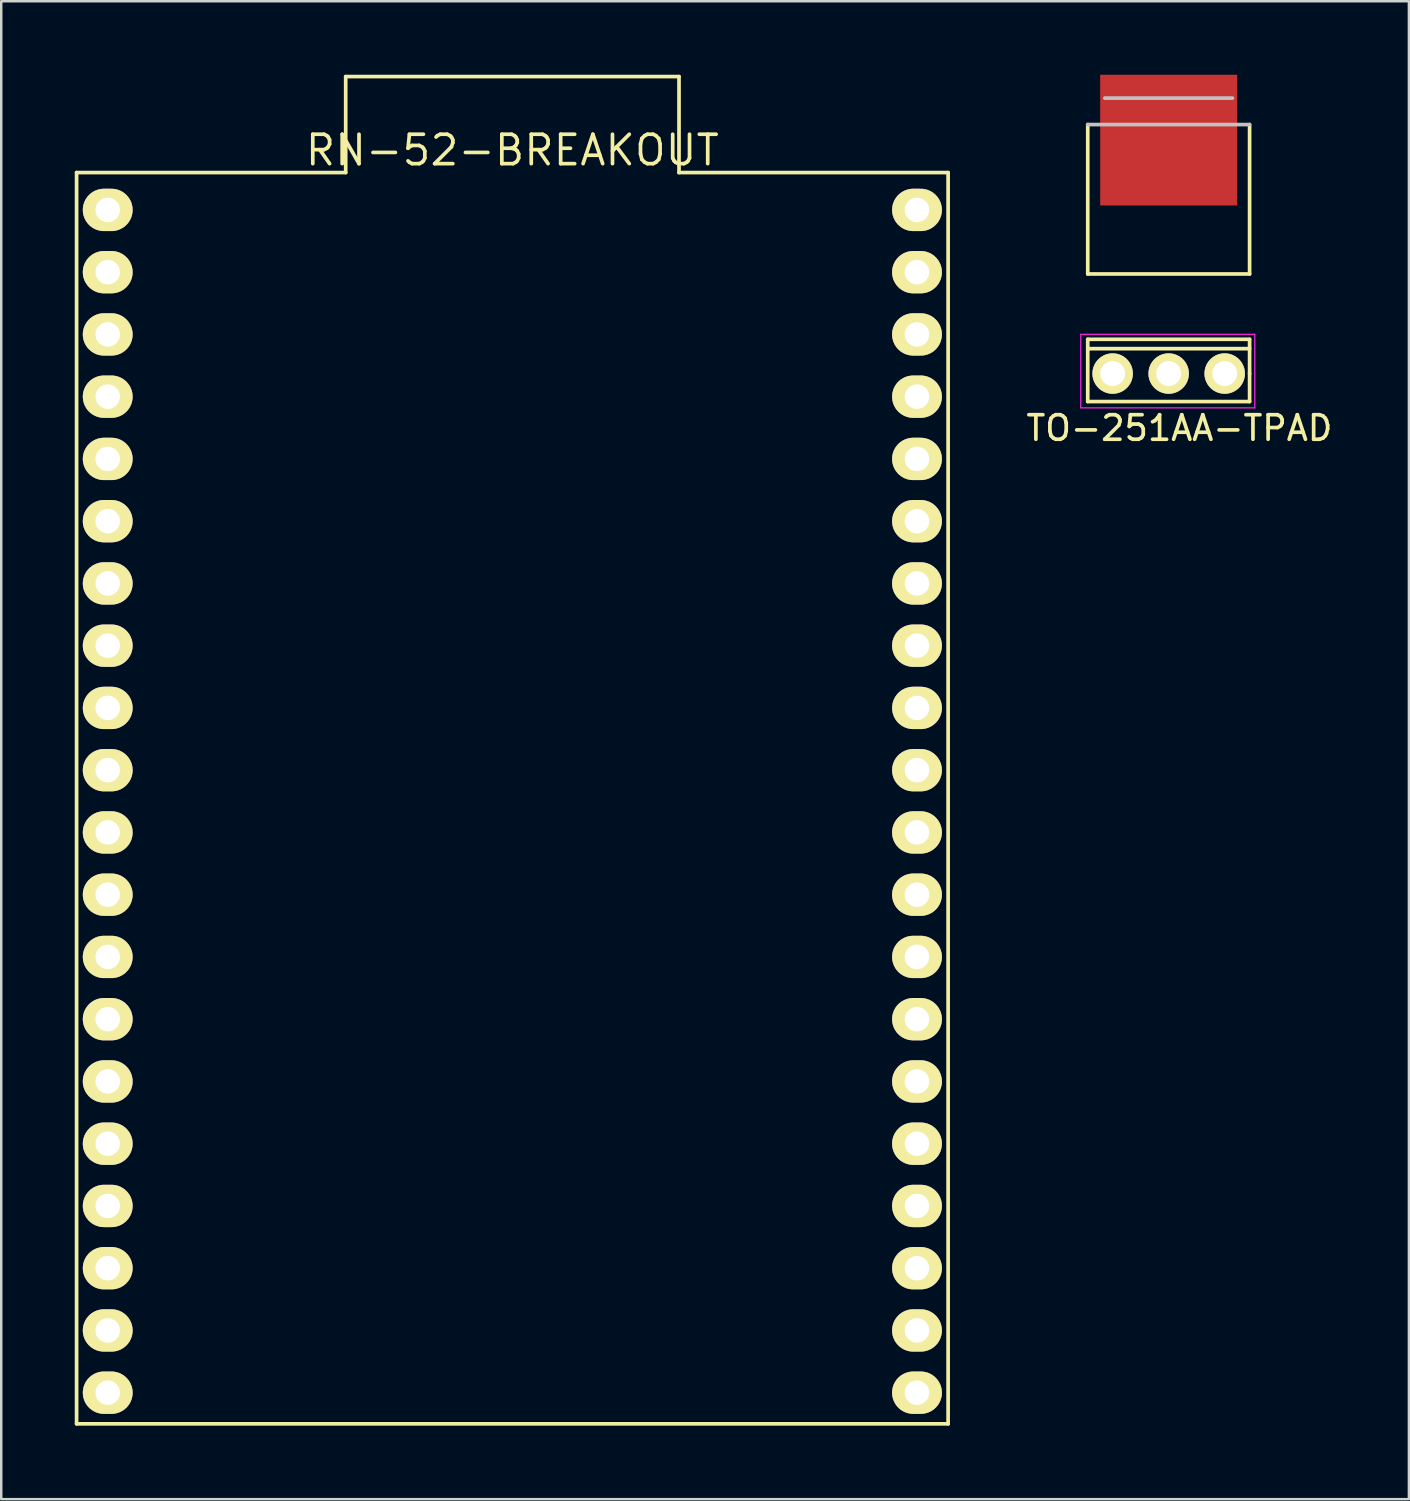
<source format=kicad_pcb>
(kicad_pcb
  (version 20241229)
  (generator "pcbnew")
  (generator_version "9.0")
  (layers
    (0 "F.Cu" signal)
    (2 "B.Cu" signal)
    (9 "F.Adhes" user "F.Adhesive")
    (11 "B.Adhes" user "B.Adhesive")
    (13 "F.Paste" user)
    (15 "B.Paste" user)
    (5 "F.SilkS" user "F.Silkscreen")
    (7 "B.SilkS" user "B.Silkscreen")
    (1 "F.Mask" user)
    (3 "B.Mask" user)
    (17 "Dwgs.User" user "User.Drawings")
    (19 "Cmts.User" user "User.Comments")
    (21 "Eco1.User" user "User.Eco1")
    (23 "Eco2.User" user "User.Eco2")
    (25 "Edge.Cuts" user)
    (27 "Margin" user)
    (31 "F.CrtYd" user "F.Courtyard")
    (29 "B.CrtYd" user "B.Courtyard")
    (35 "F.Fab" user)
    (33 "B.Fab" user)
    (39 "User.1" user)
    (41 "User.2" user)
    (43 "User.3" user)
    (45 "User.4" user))
  (footprint "RN-52-BREAKOUT"
    (layer "F.Cu")
    (at 1.345 53.775)
    (property "Reference" "RN-52-BREAKOUT" (at 16.51 -50.695 0) (layer "F.SilkS") (effects (font (size 1.2 1.2) (thickness 0.15))))
    (attr through_hole)
    (fp_line (start -1.27 -49.784) (end -1.27 1.27) (stroke (width 0.15) (type solid)) (layer "F.SilkS"))
    (fp_line (start -1.27 1.27) (end 34.29 1.27) (stroke (width 0.15) (type solid)) (layer "F.SilkS"))
    (fp_line (start 9.71 -49.784) (end -1.27 -49.784) (stroke (width 0.15) (type solid)) (layer "F.SilkS"))
    (fp_line (start 9.71 -49.784) (end 9.71 -53.7) (stroke (width 0.15) (type solid)) (layer "F.SilkS"))
    (fp_line (start 23.31 -53.7) (end 9.71 -53.7) (stroke (width 0.15) (type solid)) (layer "F.SilkS"))
    (fp_line (start 23.31 -53.7) (end 23.31 -49.784) (stroke (width 0.15) (type solid)) (layer "F.SilkS"))
    (fp_line (start 34.29 -49.784) (end 23.31 -49.784) (stroke (width 0.15) (type solid)) (layer "F.SilkS"))
    (fp_line (start 34.29 1.27) (end 34.29 -49.784) (stroke (width 0.15) (type solid)) (layer "F.SilkS"))
    (pad "1" thru_hole oval (at 0 -48.26 270) (size 1.727 2.032) (drill 1.001) (layers "*.Cu" "*.Mask" "F.SilkS"))
    (pad "2" thru_hole oval (at 0 -45.72 270) (size 1.727 2.032) (drill 1.001) (layers "*.Cu" "*.Mask" "F.SilkS"))
    (pad "3" thru_hole oval (at 0 -43.18 270) (size 1.727 2.032) (drill 1.001) (layers "*.Cu" "*.Mask" "F.SilkS"))
    (pad "4" thru_hole oval (at 0 -40.64 270) (size 1.727 2.032) (drill 1.001) (layers "*.Cu" "*.Mask" "F.SilkS"))
    (pad "5" thru_hole oval (at 0 -38.1 270) (size 1.727 2.032) (drill 1.001) (layers "*.Cu" "*.Mask" "F.SilkS"))
    (pad "6" thru_hole oval (at 0 -35.56 270) (size 1.727 2.032) (drill 1.001) (layers "*.Cu" "*.Mask" "F.SilkS"))
    (pad "7" thru_hole oval (at 0 -33.02 270) (size 1.727 2.032) (drill 1.001) (layers "*.Cu" "*.Mask" "F.SilkS"))
    (pad "8" thru_hole oval (at 0 -30.48 270) (size 1.727 2.032) (drill 1.001) (layers "*.Cu" "*.Mask" "F.SilkS"))
    (pad "9" thru_hole oval (at 0 -27.94 270) (size 1.727 2.032) (drill 1.001) (layers "*.Cu" "*.Mask" "F.SilkS"))
    (pad "10" thru_hole oval (at 0 -25.4 270) (size 1.727 2.032) (drill 1.001) (layers "*.Cu" "*.Mask" "F.SilkS"))
    (pad "11" thru_hole oval (at 0 -22.86 270) (size 1.727 2.032) (drill 1.001) (layers "*.Cu" "*.Mask" "F.SilkS"))
    (pad "12" thru_hole oval (at 0 -20.32 270) (size 1.727 2.032) (drill 1.001) (layers "*.Cu" "*.Mask" "F.SilkS"))
    (pad "13" thru_hole oval (at 0 -17.78 270) (size 1.727 2.032) (drill 1.001) (layers "*.Cu" "*.Mask" "F.SilkS"))
    (pad "14" thru_hole oval (at 0 -15.24 270) (size 1.727 2.032) (drill 1.001) (layers "*.Cu" "*.Mask" "F.SilkS"))
    (pad "15" thru_hole oval (at 0 -12.7 270) (size 1.727 2.032) (drill 1.001) (layers "*.Cu" "*.Mask" "F.SilkS"))
    (pad "16" thru_hole oval (at 0 -10.16 270) (size 1.727 2.032) (drill 1.001) (layers "*.Cu" "*.Mask" "F.SilkS"))
    (pad "17" thru_hole oval (at 0 -7.62 270) (size 1.727 2.032) (drill 1.001) (layers "*.Cu" "*.Mask" "F.SilkS"))
    (pad "18" thru_hole oval (at 0 -5.08 270) (size 1.727 2.032) (drill 1.001) (layers "*.Cu" "*.Mask" "F.SilkS"))
    (pad "19" thru_hole oval (at 0 -2.54 270) (size 1.727 2.032) (drill 1.001) (layers "*.Cu" "*.Mask" "F.SilkS"))
    (pad "20" thru_hole oval (at 0 0 270) (size 1.727 2.032) (drill 1.001) (layers "*.Cu" "*.Mask" "F.SilkS"))
    (pad "21" thru_hole oval (at 33.02 0 270) (size 1.727 2.032) (drill 1.001) (layers "*.Cu" "*.Mask" "F.SilkS"))
    (pad "22" thru_hole oval (at 33.02 -2.54 270) (size 1.727 2.032) (drill 1.001) (layers "*.Cu" "*.Mask" "F.SilkS"))
    (pad "23" thru_hole oval (at 33.02 -5.08 270) (size 1.727 2.032) (drill 1.001) (layers "*.Cu" "*.Mask" "F.SilkS"))
    (pad "24" thru_hole oval (at 33.02 -7.62 270) (size 1.727 2.032) (drill 1.001) (layers "*.Cu" "*.Mask" "F.SilkS"))
    (pad "25" thru_hole oval (at 33.02 -10.16 270) (size 1.727 2.032) (drill 1.001) (layers "*.Cu" "*.Mask" "F.SilkS"))
    (pad "26" thru_hole oval (at 33.02 -12.7 270) (size 1.727 2.032) (drill 1.001) (layers "*.Cu" "*.Mask" "F.SilkS"))
    (pad "27" thru_hole oval (at 33.02 -15.24 270) (size 1.727 2.032) (drill 1.001) (layers "*.Cu" "*.Mask" "F.SilkS"))
    (pad "28" thru_hole oval (at 33.02 -17.78 270) (size 1.727 2.032) (drill 1.001) (layers "*.Cu" "*.Mask" "F.SilkS"))
    (pad "29" thru_hole oval (at 33.02 -20.32 270) (size 1.727 2.032) (drill 1.001) (layers "*.Cu" "*.Mask" "F.SilkS"))
    (pad "30" thru_hole oval (at 33.02 -22.86 270) (size 1.727 2.032) (drill 1.001) (layers "*.Cu" "*.Mask" "F.SilkS"))
    (pad "31" thru_hole oval (at 33.02 -25.4 270) (size 1.727 2.032) (drill 1.001) (layers "*.Cu" "*.Mask" "F.SilkS"))
    (pad "32" thru_hole oval (at 33.02 -27.94 270) (size 1.727 2.032) (drill 1.001) (layers "*.Cu" "*.Mask" "F.SilkS"))
    (pad "33" thru_hole oval (at 33.02 -30.48 270) (size 1.727 2.032) (drill 1.001) (layers "*.Cu" "*.Mask" "F.SilkS"))
    (pad "34" thru_hole oval (at 33.02 -33.02 270) (size 1.727 2.032) (drill 1.001) (layers "*.Cu" "*.Mask" "F.SilkS"))
    (pad "35" thru_hole oval (at 33.02 -35.56 270) (size 1.727 2.032) (drill 1.001) (layers "*.Cu" "*.Mask" "F.SilkS"))
    (pad "36" thru_hole oval (at 33.02 -38.1 270) (size 1.727 2.032) (drill 1.001) (layers "*.Cu" "*.Mask" "F.SilkS"))
    (pad "37" thru_hole oval (at 33.02 -40.64 270) (size 1.727 2.032) (drill 1.001) (layers "*.Cu" "*.Mask" "F.SilkS"))
    (pad "38" thru_hole oval (at 33.02 -43.18 270) (size 1.727 2.032) (drill 1.001) (layers "*.Cu" "*.Mask" "F.SilkS"))
    (pad "39" thru_hole oval (at 33.02 -45.72 270) (size 1.727 2.032) (drill 1.001) (layers "*.Cu" "*.Mask" "F.SilkS"))
    (pad "40" thru_hole oval (at 33.02 -48.26 270) (size 1.727 2.032) (drill 1.001) (layers "*.Cu" "*.Mask" "F.SilkS")))
  (footprint "TO-251AA-TPAD"
    (layer "F.Cu")
    (at 42.348 12.192)
    (property "Reference" "TO-251AA-TPAD" (at 2.725 2.225 180) (layer "F.SilkS") (effects (font (size 1 1) (thickness 0.15))))
    (attr through_hole)
    (fp_line (start -1.016 -10.16) (end -1.016 -4.064) (stroke (width 0.15) (type solid)) (layer "F.SilkS"))
    (fp_line (start -1.016 -4.064) (end 5.588 -4.064) (stroke (width 0.15) (type solid)) (layer "F.SilkS"))
    (fp_line (start -1.016 -1.397) (end -1.016 1.143) (stroke (width 0.15) (type solid)) (layer "F.SilkS"))
    (fp_line (start -1.016 1.143) (end 5.588 1.143) (stroke (width 0.15) (type solid)) (layer "F.SilkS"))
    (fp_line (start 5.588 -4.064) (end 5.588 -10.16) (stroke (width 0.15) (type solid)) (layer "F.SilkS"))
    (fp_line (start 5.588 -1.397) (end -1.016 -1.397) (stroke (width 0.15) (type solid)) (layer "F.SilkS"))
    (fp_line (start 5.588 -1.016) (end -1.016 -1.016) (stroke (width 0.15) (type solid)) (layer "F.SilkS"))
    (fp_line (start 5.588 0) (end 5.588 -1.397) (stroke (width 0.15) (type solid)) (layer "F.SilkS"))
    (fp_line (start 5.588 1.143) (end 5.588 0) (stroke (width 0.15) (type solid)) (layer "F.SilkS"))
    (fp_line (start -1.016 -10.16) (end 5.588 -10.16) (stroke (width 0.15) (type solid)) (layer "Dwgs.User"))
    (fp_line (start -0.318 -11.239) (end 4.889 -11.239) (stroke (width 0.15) (type solid)) (layer "Dwgs.User"))
    (fp_line (start -1.3 -1.6) (end -1.3 1.4) (stroke (width 0.05) (type solid)) (layer "F.CrtYd"))
    (fp_line (start -1.3 -1.6) (end 5.8 -1.6) (stroke (width 0.05) (type solid)) (layer "F.CrtYd"))
    (fp_line (start -1.3 1.4) (end 5.8 1.4) (stroke (width 0.05) (type solid)) (layer "F.CrtYd"))
    (fp_line (start 5.8 -1.6) (end 5.8 1.4) (stroke (width 0.05) (type solid)) (layer "F.CrtYd"))
    (pad "1" thru_hole circle (at 0 0 180) (size 1.651 1.651) (drill 1.016) (layers "*.Cu" "*.Mask" "F.SilkS"))
    (pad "2" thru_hole circle (at 2.286 0 180) (size 1.651 1.651) (drill 1.016) (layers "*.Cu" "*.Mask" "F.SilkS"))
    (pad "3" thru_hole circle (at 4.572 0 180) (size 1.651 1.651) (drill 1.016) (layers "*.Cu" "*.Mask" "F.SilkS"))
    (pad "4" smd rect (at 2.286 -9.525 180) (size 5.588 5.334) (layers "F.Cu" "F.Mask" "F.Paste")))
  (gr_rect
    (start -3 -3)
    (end 54.436 58.12)
    (stroke (width 0.1) (type default))
    (fill no)
    (layer "Edge.Cuts")))
</source>
